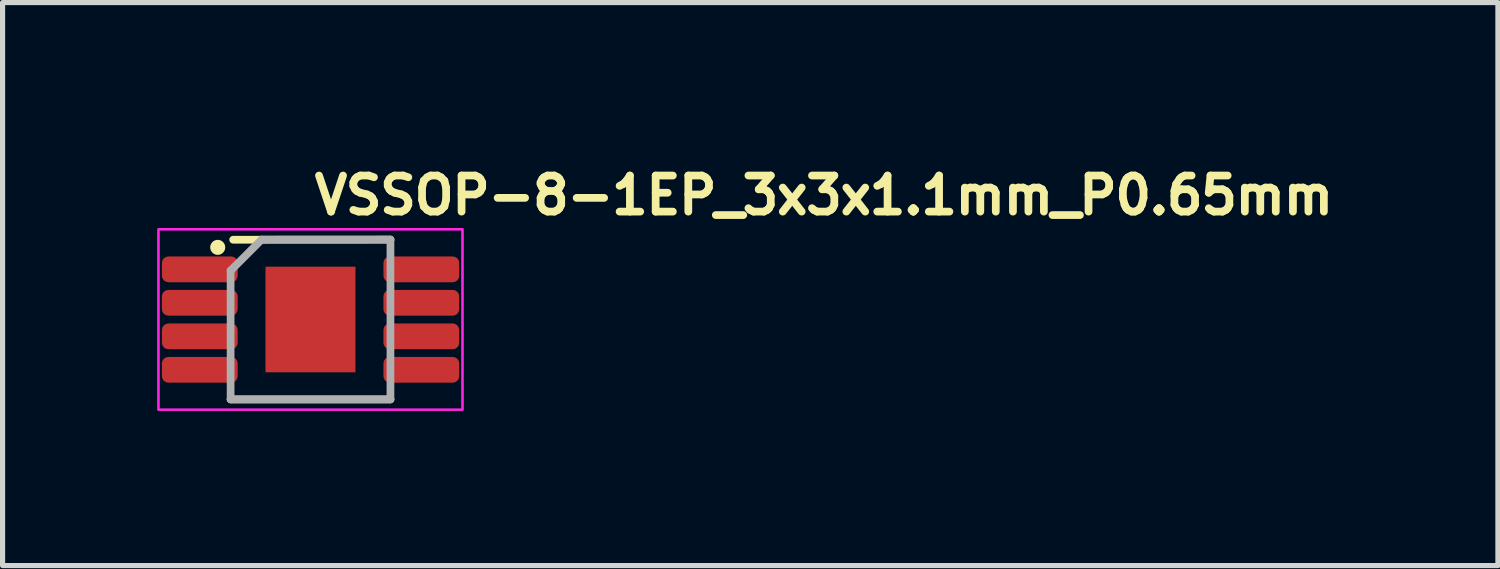
<source format=kicad_pcb>
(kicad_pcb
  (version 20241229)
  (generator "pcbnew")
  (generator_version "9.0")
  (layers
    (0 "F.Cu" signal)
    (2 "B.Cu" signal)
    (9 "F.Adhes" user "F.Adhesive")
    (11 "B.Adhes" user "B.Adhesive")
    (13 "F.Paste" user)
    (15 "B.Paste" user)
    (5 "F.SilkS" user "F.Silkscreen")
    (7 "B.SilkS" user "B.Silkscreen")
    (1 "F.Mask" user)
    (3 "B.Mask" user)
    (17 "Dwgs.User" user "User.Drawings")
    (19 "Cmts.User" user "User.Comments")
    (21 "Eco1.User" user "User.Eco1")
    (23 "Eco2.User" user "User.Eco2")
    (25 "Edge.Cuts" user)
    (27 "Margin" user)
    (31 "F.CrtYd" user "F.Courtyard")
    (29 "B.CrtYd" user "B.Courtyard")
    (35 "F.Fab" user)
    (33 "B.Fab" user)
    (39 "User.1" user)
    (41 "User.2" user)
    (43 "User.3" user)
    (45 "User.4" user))
  (footprint "VSSOP-8-1EP_3x3x1.1mm_P0.65mm"
    (layer "F.Cu")
    (at 2.975 3.15)
    (property "Reference" "VSSOP-8-1EP_3x3x1.1mm_P0.65mm" (at 0 -2 0) (layer "F.SilkS") (effects (font (size 0.7 0.7) (thickness 0.15)) (justify left bottom)))
    (attr smd)
    (fp_line (start -1.55 1.55) (end 1.552 1.55) (stroke (width 0.15) (type solid)) (layer "F.SilkS"))
    (fp_line (start -1.5 -1.548) (end 1.552 -1.55) (stroke (width 0.15) (type solid)) (layer "F.SilkS"))
    (fp_circle (center -1.8 -1.4) (end -1.75 -1.35) (stroke (width 0.15) (type solid)) (fill yes) (layer "F.SilkS"))
    (fp_poly (pts (xy -0.435 -0.511) (xy 0.436 -0.511) (xy 0.436 0.514) (xy -0.435 0.514)) (stroke (width 0.01) (type solid)) (fill yes) (layer "F.Paste"))
    (fp_rect (start -2.95 -1.75) (end 2.95 1.75) (stroke (width 0.05) (type solid)) (fill no) (layer "F.CrtYd"))
    (fp_line (start -1.55 -0.948) (end -1.55 1.55) (stroke (width 0.15) (type solid)) (layer "F.Fab"))
    (fp_line (start -1.55 -0.948) (end -0.949 -1.55) (stroke (width 0.15) (type solid)) (layer "F.Fab"))
    (fp_line (start -1.55 1.55) (end 1.552 1.55) (stroke (width 0.15) (type solid)) (layer "F.Fab"))
    (fp_line (start -0.949 -1.55) (end 1.552 -1.55) (stroke (width 0.15) (type solid)) (layer "F.Fab"))
    (fp_line (start 1.552 -1.55) (end 1.552 1.55) (stroke (width 0.15) (type solid)) (layer "F.Fab"))
    (fp_rect (start -2.449 -1.5) (end 2.451 1.502) (stroke (width 0.1) (type solid)) (fill no) (layer "User.5"))
    (fp_line (start -2.449 -0.817) (end -2.449 -1.131) (stroke (width 0.02) (type solid)) (layer "User.9"))
    (fp_line (start -2.449 -0.166) (end -2.449 -0.482) (stroke (width 0.02) (type solid)) (layer "User.9"))
    (fp_line (start -2.449 0.484) (end -2.449 0.169) (stroke (width 0.02) (type solid)) (layer "User.9"))
    (fp_line (start -2.449 1.134) (end -2.449 0.819) (stroke (width 0.02) (type solid)) (layer "User.9"))
    (fp_line (start -2.167 -1.131) (end -2.449 -1.131) (stroke (width 0.02) (type solid)) (layer "User.9"))
    (fp_line (start -2.167 -0.817) (end -2.449 -0.817) (stroke (width 0.02) (type solid)) (layer "User.9"))
    (fp_line (start -2.167 -0.482) (end -2.449 -0.482) (stroke (width 0.02) (type solid)) (layer "User.9"))
    (fp_line (start -2.167 -0.166) (end -2.449 -0.166) (stroke (width 0.02) (type solid)) (layer "User.9"))
    (fp_line (start -2.167 0.169) (end -2.449 0.169) (stroke (width 0.02) (type solid)) (layer "User.9"))
    (fp_line (start -2.167 0.484) (end -2.449 0.484) (stroke (width 0.02) (type solid)) (layer "User.9"))
    (fp_line (start -2.167 0.819) (end -2.449 0.819) (stroke (width 0.02) (type solid)) (layer "User.9"))
    (fp_line (start -2.167 1.134) (end -2.449 1.134) (stroke (width 0.02) (type solid)) (layer "User.9"))
    (fp_line (start -2.076 -1.131) (end -2.167 -1.131) (stroke (width 0.02) (type solid)) (layer "User.9"))
    (fp_line (start -2.076 -0.817) (end -2.167 -0.817) (stroke (width 0.02) (type solid)) (layer "User.9"))
    (fp_line (start -2.076 -0.482) (end -2.167 -0.482) (stroke (width 0.02) (type solid)) (layer "User.9"))
    (fp_line (start -2.076 -0.166) (end -2.167 -0.166) (stroke (width 0.02) (type solid)) (layer "User.9"))
    (fp_line (start -2.076 0.169) (end -2.167 0.169) (stroke (width 0.02) (type solid)) (layer "User.9"))
    (fp_line (start -2.076 0.484) (end -2.167 0.484) (stroke (width 0.02) (type solid)) (layer "User.9"))
    (fp_line (start -2.076 0.819) (end -2.167 0.819) (stroke (width 0.02) (type solid)) (layer "User.9"))
    (fp_line (start -2.076 1.134) (end -2.167 1.134) (stroke (width 0.02) (type solid)) (layer "User.9"))
    (fp_line (start -2.041 -1.131) (end -2.076 -1.131) (stroke (width 0.02) (type solid)) (layer "User.9"))
    (fp_line (start -2.041 -0.817) (end -2.076 -0.817) (stroke (width 0.02) (type solid)) (layer "User.9"))
    (fp_line (start -2.041 -0.482) (end -2.076 -0.482) (stroke (width 0.02) (type solid)) (layer "User.9"))
    (fp_line (start -2.041 -0.166) (end -2.076 -0.166) (stroke (width 0.02) (type solid)) (layer "User.9"))
    (fp_line (start -2.041 0.169) (end -2.076 0.169) (stroke (width 0.02) (type solid)) (layer "User.9"))
    (fp_line (start -2.041 0.484) (end -2.076 0.484) (stroke (width 0.02) (type solid)) (layer "User.9"))
    (fp_line (start -2.041 0.819) (end -2.076 0.819) (stroke (width 0.02) (type solid)) (layer "User.9"))
    (fp_line (start -2.041 1.134) (end -2.076 1.134) (stroke (width 0.02) (type solid)) (layer "User.9"))
    (fp_line (start -1.766 -1.131) (end -2.041 -1.131) (stroke (width 0.02) (type solid)) (layer "User.9"))
    (fp_line (start -1.766 -0.817) (end -2.041 -0.817) (stroke (width 0.02) (type solid)) (layer "User.9"))
    (fp_line (start -1.766 -0.482) (end -2.041 -0.482) (stroke (width 0.02) (type solid)) (layer "User.9"))
    (fp_line (start -1.766 -0.166) (end -2.041 -0.166) (stroke (width 0.02) (type solid)) (layer "User.9"))
    (fp_line (start -1.766 0.169) (end -2.041 0.169) (stroke (width 0.02) (type solid)) (layer "User.9"))
    (fp_line (start -1.766 0.484) (end -2.041 0.484) (stroke (width 0.02) (type solid)) (layer "User.9"))
    (fp_line (start -1.766 0.819) (end -2.041 0.819) (stroke (width 0.02) (type solid)) (layer "User.9"))
    (fp_line (start -1.766 1.134) (end -2.041 1.134) (stroke (width 0.02) (type solid)) (layer "User.9"))
    (fp_line (start -1.499 -1.349) (end -1.499 -1.349) (stroke (width 0.02) (type solid)) (layer "User.9"))
    (fp_line (start -1.499 -1.349) (end -1.499 1.352) (stroke (width 0.02) (type solid)) (layer "User.9"))
    (fp_line (start -1.499 -1.349) (end -1.498 -1.356) (stroke (width 0.02) (type solid)) (layer "User.9"))
    (fp_line (start -1.499 -1.131) (end -1.766 -1.131) (stroke (width 0.02) (type solid)) (layer "User.9"))
    (fp_line (start -1.499 -0.817) (end -1.766 -0.817) (stroke (width 0.02) (type solid)) (layer "User.9"))
    (fp_line (start -1.499 -0.817) (end -1.499 -1.131) (stroke (width 0.02) (type solid)) (layer "User.9"))
    (fp_line (start -1.499 -0.482) (end -1.766 -0.482) (stroke (width 0.02) (type solid)) (layer "User.9"))
    (fp_line (start -1.499 -0.166) (end -1.766 -0.166) (stroke (width 0.02) (type solid)) (layer "User.9"))
    (fp_line (start -1.499 -0.166) (end -1.499 -0.482) (stroke (width 0.02) (type solid)) (layer "User.9"))
    (fp_line (start -1.499 0.169) (end -1.766 0.169) (stroke (width 0.02) (type solid)) (layer "User.9"))
    (fp_line (start -1.499 0.484) (end -1.766 0.484) (stroke (width 0.02) (type solid)) (layer "User.9"))
    (fp_line (start -1.499 0.484) (end -1.499 0.169) (stroke (width 0.02) (type solid)) (layer "User.9"))
    (fp_line (start -1.499 0.819) (end -1.766 0.819) (stroke (width 0.02) (type solid)) (layer "User.9"))
    (fp_line (start -1.499 1.134) (end -1.766 1.134) (stroke (width 0.02) (type solid)) (layer "User.9"))
    (fp_line (start -1.499 1.134) (end -1.499 0.819) (stroke (width 0.02) (type solid)) (layer "User.9"))
    (fp_line (start -1.499 1.352) (end -1.499 1.352) (stroke (width 0.02) (type solid)) (layer "User.9"))
    (fp_line (start -1.498 -1.364) (end -1.497 -1.371) (stroke (width 0.02) (type solid)) (layer "User.9"))
    (fp_line (start -1.498 -1.356) (end -1.498 -1.364) (stroke (width 0.02) (type solid)) (layer "User.9"))
    (fp_line (start -1.498 1.358) (end -1.499 1.352) (stroke (width 0.02) (type solid)) (layer "User.9"))
    (fp_line (start -1.498 1.365) (end -1.498 1.358) (stroke (width 0.02) (type solid)) (layer "User.9"))
    (fp_line (start -1.497 -1.371) (end -1.496 -1.378) (stroke (width 0.02) (type solid)) (layer "User.9"))
    (fp_line (start -1.497 1.373) (end -1.498 1.365) (stroke (width 0.02) (type solid)) (layer "User.9"))
    (fp_line (start -1.496 -1.378) (end -1.494 -1.385) (stroke (width 0.02) (type solid)) (layer "User.9"))
    (fp_line (start -1.496 1.38) (end -1.497 1.373) (stroke (width 0.02) (type solid)) (layer "User.9"))
    (fp_line (start -1.494 -1.385) (end -1.493 -1.391) (stroke (width 0.02) (type solid)) (layer "User.9"))
    (fp_line (start -1.494 1.386) (end -1.496 1.38) (stroke (width 0.02) (type solid)) (layer "User.9"))
    (fp_line (start -1.493 -1.391) (end -1.49 -1.397) (stroke (width 0.02) (type solid)) (layer "User.9"))
    (fp_line (start -1.493 1.393) (end -1.494 1.386) (stroke (width 0.02) (type solid)) (layer "User.9"))
    (fp_line (start -1.49 -1.397) (end -1.488 -1.404) (stroke (width 0.02) (type solid)) (layer "User.9"))
    (fp_line (start -1.49 1.4) (end -1.493 1.393) (stroke (width 0.02) (type solid)) (layer "User.9"))
    (fp_line (start -1.488 -1.404) (end -1.485 -1.411) (stroke (width 0.02) (type solid)) (layer "User.9"))
    (fp_line (start -1.488 1.406) (end -1.49 1.4) (stroke (width 0.02) (type solid)) (layer "User.9"))
    (fp_line (start -1.485 -1.411) (end -1.482 -1.417) (stroke (width 0.02) (type solid)) (layer "User.9"))
    (fp_line (start -1.485 1.413) (end -1.488 1.406) (stroke (width 0.02) (type solid)) (layer "User.9"))
    (fp_line (start -1.482 -1.417) (end -1.478 -1.424) (stroke (width 0.02) (type solid)) (layer "User.9"))
    (fp_line (start -1.482 1.42) (end -1.485 1.413) (stroke (width 0.02) (type solid)) (layer "User.9"))
    (fp_line (start -1.478 -1.424) (end -1.474 -1.431) (stroke (width 0.02) (type solid)) (layer "User.9"))
    (fp_line (start -1.478 1.425) (end -1.482 1.42) (stroke (width 0.02) (type solid)) (layer "User.9"))
    (fp_line (start -1.474 -1.431) (end -1.47 -1.437) (stroke (width 0.02) (type solid)) (layer "User.9"))
    (fp_line (start -1.474 1.433) (end -1.478 1.425) (stroke (width 0.02) (type solid)) (layer "User.9"))
    (fp_line (start -1.47 -1.437) (end -1.465 -1.443) (stroke (width 0.02) (type solid)) (layer "User.9"))
    (fp_line (start -1.47 1.438) (end -1.474 1.433) (stroke (width 0.02) (type solid)) (layer "User.9"))
    (fp_line (start -1.465 -1.443) (end -1.46 -1.449) (stroke (width 0.02) (type solid)) (layer "User.9"))
    (fp_line (start -1.465 1.445) (end -1.47 1.438) (stroke (width 0.02) (type solid)) (layer "User.9"))
    (fp_line (start -1.46 -1.449) (end -1.455 -1.455) (stroke (width 0.02) (type solid)) (layer "User.9"))
    (fp_line (start -1.46 1.45) (end -1.465 1.445) (stroke (width 0.02) (type solid)) (layer "User.9"))
    (fp_line (start -1.455 -1.455) (end -1.455 -1.455) (stroke (width 0.02) (type solid)) (layer "User.9"))
    (fp_line (start -1.455 -1.455) (end -1.448 -1.46) (stroke (width 0.02) (type solid)) (layer "User.9"))
    (fp_line (start -1.455 1.457) (end -1.46 1.45) (stroke (width 0.02) (type solid)) (layer "User.9"))
    (fp_line (start -1.455 1.457) (end -1.455 1.457) (stroke (width 0.02) (type solid)) (layer "User.9"))
    (fp_line (start -1.448 -1.46) (end -1.443 -1.465) (stroke (width 0.02) (type solid)) (layer "User.9"))
    (fp_line (start -1.448 1.462) (end -1.455 1.457) (stroke (width 0.02) (type solid)) (layer "User.9"))
    (fp_line (start -1.443 -1.465) (end -1.437 -1.47) (stroke (width 0.02) (type solid)) (layer "User.9"))
    (fp_line (start -1.443 1.467) (end -1.448 1.462) (stroke (width 0.02) (type solid)) (layer "User.9"))
    (fp_line (start -1.437 -1.47) (end -1.431 -1.474) (stroke (width 0.02) (type solid)) (layer "User.9"))
    (fp_line (start -1.437 1.473) (end -1.443 1.467) (stroke (width 0.02) (type solid)) (layer "User.9"))
    (fp_line (start -1.431 -1.474) (end -1.424 -1.478) (stroke (width 0.02) (type solid)) (layer "User.9"))
    (fp_line (start -1.431 1.477) (end -1.437 1.473) (stroke (width 0.02) (type solid)) (layer "User.9"))
    (fp_line (start -1.424 -1.478) (end -1.418 -1.482) (stroke (width 0.02) (type solid)) (layer "User.9"))
    (fp_line (start -1.424 1.481) (end -1.431 1.477) (stroke (width 0.02) (type solid)) (layer "User.9"))
    (fp_line (start -1.418 -1.482) (end -1.412 -1.485) (stroke (width 0.02) (type solid)) (layer "User.9"))
    (fp_line (start -1.418 1.485) (end -1.424 1.481) (stroke (width 0.02) (type solid)) (layer "User.9"))
    (fp_line (start -1.412 -1.485) (end -1.405 -1.489) (stroke (width 0.02) (type solid)) (layer "User.9"))
    (fp_line (start -1.412 1.487) (end -1.418 1.485) (stroke (width 0.02) (type solid)) (layer "User.9"))
    (fp_line (start -1.405 -1.489) (end -1.398 -1.491) (stroke (width 0.02) (type solid)) (layer "User.9"))
    (fp_line (start -1.405 1.49) (end -1.412 1.487) (stroke (width 0.02) (type solid)) (layer "User.9"))
    (fp_line (start -1.398 -1.491) (end -1.392 -1.494) (stroke (width 0.02) (type solid)) (layer "User.9"))
    (fp_line (start -1.398 1.493) (end -1.405 1.49) (stroke (width 0.02) (type solid)) (layer "User.9"))
    (fp_line (start -1.392 -1.494) (end -1.385 -1.495) (stroke (width 0.02) (type solid)) (layer "User.9"))
    (fp_line (start -1.392 1.495) (end -1.398 1.493) (stroke (width 0.02) (type solid)) (layer "User.9"))
    (fp_line (start -1.385 -1.495) (end -1.377 -1.497) (stroke (width 0.02) (type solid)) (layer "User.9"))
    (fp_line (start -1.385 1.497) (end -1.392 1.495) (stroke (width 0.02) (type solid)) (layer "User.9"))
    (fp_line (start -1.377 -1.497) (end -1.37 -1.498) (stroke (width 0.02) (type solid)) (layer "User.9"))
    (fp_line (start -1.377 1.498) (end -1.385 1.497) (stroke (width 0.02) (type solid)) (layer "User.9"))
    (fp_line (start -1.37 -1.498) (end -1.363 -1.499) (stroke (width 0.02) (type solid)) (layer "User.9"))
    (fp_line (start -1.37 1.499) (end -1.377 1.498) (stroke (width 0.02) (type solid)) (layer "User.9"))
    (fp_line (start -1.363 -1.499) (end -1.356 -1.499) (stroke (width 0.02) (type solid)) (layer "User.9"))
    (fp_line (start -1.363 1.501) (end -1.37 1.499) (stroke (width 0.02) (type solid)) (layer "User.9"))
    (fp_line (start -1.356 -1.499) (end -1.349 -1.5) (stroke (width 0.02) (type solid)) (layer "User.9"))
    (fp_line (start -1.356 1.501) (end -1.363 1.501) (stroke (width 0.02) (type solid)) (layer "User.9"))
    (fp_line (start -1.349 -1.5) (end -1.349 -1.5) (stroke (width 0.02) (type solid)) (layer "User.9"))
    (fp_line (start -1.349 1.502) (end -1.356 1.501) (stroke (width 0.02) (type solid)) (layer "User.9"))
    (fp_line (start -1.349 1.502) (end -1.349 1.502) (stroke (width 0.02) (type solid)) (layer "User.9"))
    (fp_line (start -1.349 1.502) (end 1.351 1.502) (stroke (width 0.02) (type solid)) (layer "User.9"))
    (fp_line (start -1.124 -1.011) (end -1.124 -1.008) (stroke (width 0.02) (type solid)) (layer "User.9"))
    (fp_line (start -1.124 -1.011) (end -1.124 -1.008) (stroke (width 0.02) (type solid)) (layer "User.9"))
    (fp_line (start -1.124 -1.008) (end -1.124 -1.003) (stroke (width 0.02) (type solid)) (layer "User.9"))
    (fp_line (start -1.124 -1.008) (end -1.124 -1.003) (stroke (width 0.02) (type solid)) (layer "User.9"))
    (fp_line (start -1.124 -1.003) (end -1.124 -1) (stroke (width 0.02) (type solid)) (layer "User.9"))
    (fp_line (start -1.124 -1.003) (end -1.124 -1) (stroke (width 0.02) (type solid)) (layer "User.9"))
    (fp_line (start -1.124 -1) (end -1.124 -0.991) (stroke (width 0.02) (type solid)) (layer "User.9"))
    (fp_line (start -1.124 -1) (end -1.124 -0.991) (stroke (width 0.02) (type solid)) (layer "User.9"))
    (fp_line (start -1.124 -0.991) (end -1.122 -0.983) (stroke (width 0.02) (type solid)) (layer "User.9"))
    (fp_line (start -1.124 -0.991) (end -1.122 -0.983) (stroke (width 0.02) (type solid)) (layer "User.9"))
    (fp_line (start -1.122 -1.024) (end -1.122 -1.019) (stroke (width 0.02) (type solid)) (layer "User.9"))
    (fp_line (start -1.122 -1.024) (end -1.122 -1.019) (stroke (width 0.02) (type solid)) (layer "User.9"))
    (fp_line (start -1.122 -1.019) (end -1.122 -1.016) (stroke (width 0.02) (type solid)) (layer "User.9"))
    (fp_line (start -1.122 -1.019) (end -1.122 -1.016) (stroke (width 0.02) (type solid)) (layer "User.9"))
    (fp_line (start -1.122 -1.016) (end -1.124 -1.011) (stroke (width 0.02) (type solid)) (layer "User.9"))
    (fp_line (start -1.122 -1.016) (end -1.124 -1.011) (stroke (width 0.02) (type solid)) (layer "User.9"))
    (fp_line (start -1.122 -0.983) (end -1.122 -0.974) (stroke (width 0.02) (type solid)) (layer "User.9"))
    (fp_line (start -1.122 -0.983) (end -1.122 -0.974) (stroke (width 0.02) (type solid)) (layer "User.9"))
    (fp_line (start -1.122 -0.974) (end -1.12 -0.966) (stroke (width 0.02) (type solid)) (layer "User.9"))
    (fp_line (start -1.122 -0.974) (end -1.12 -0.966) (stroke (width 0.02) (type solid)) (layer "User.9"))
    (fp_line (start -1.12 -1.032) (end -1.12 -1.027) (stroke (width 0.02) (type solid)) (layer "User.9"))
    (fp_line (start -1.12 -1.032) (end -1.12 -1.027) (stroke (width 0.02) (type solid)) (layer "User.9"))
    (fp_line (start -1.12 -1.027) (end -1.122 -1.024) (stroke (width 0.02) (type solid)) (layer "User.9"))
    (fp_line (start -1.12 -1.027) (end -1.122 -1.024) (stroke (width 0.02) (type solid)) (layer "User.9"))
    (fp_line (start -1.12 -0.966) (end -1.118 -0.959) (stroke (width 0.02) (type solid)) (layer "User.9"))
    (fp_line (start -1.12 -0.966) (end -1.118 -0.959) (stroke (width 0.02) (type solid)) (layer "User.9"))
    (fp_line (start -1.118 -1.04) (end -1.118 -1.035) (stroke (width 0.02) (type solid)) (layer "User.9"))
    (fp_line (start -1.118 -1.04) (end -1.118 -1.035) (stroke (width 0.02) (type solid)) (layer "User.9"))
    (fp_line (start -1.118 -1.035) (end -1.12 -1.032) (stroke (width 0.02) (type solid)) (layer "User.9"))
    (fp_line (start -1.118 -1.035) (end -1.12 -1.032) (stroke (width 0.02) (type solid)) (layer "User.9"))
    (fp_line (start -1.118 -0.959) (end -1.114 -0.952) (stroke (width 0.02) (type solid)) (layer "User.9"))
    (fp_line (start -1.118 -0.959) (end -1.114 -0.952) (stroke (width 0.02) (type solid)) (layer "User.9"))
    (fp_line (start -1.116 -1.044) (end -1.118 -1.04) (stroke (width 0.02) (type solid)) (layer "User.9"))
    (fp_line (start -1.116 -1.044) (end -1.118 -1.04) (stroke (width 0.02) (type solid)) (layer "User.9"))
    (fp_line (start -1.114 -1.046) (end -1.116 -1.044) (stroke (width 0.02) (type solid)) (layer "User.9"))
    (fp_line (start -1.114 -1.046) (end -1.116 -1.044) (stroke (width 0.02) (type solid)) (layer "User.9"))
    (fp_line (start -1.114 -0.952) (end -1.112 -0.944) (stroke (width 0.02) (type solid)) (layer "User.9"))
    (fp_line (start -1.114 -0.952) (end -1.112 -0.944) (stroke (width 0.02) (type solid)) (layer "User.9"))
    (fp_line (start -1.112 -1.055) (end -1.112 -1.05) (stroke (width 0.02) (type solid)) (layer "User.9"))
    (fp_line (start -1.112 -1.055) (end -1.112 -1.05) (stroke (width 0.02) (type solid)) (layer "User.9"))
    (fp_line (start -1.112 -1.05) (end -1.114 -1.046) (stroke (width 0.02) (type solid)) (layer "User.9"))
    (fp_line (start -1.112 -1.05) (end -1.114 -1.046) (stroke (width 0.02) (type solid)) (layer "User.9"))
    (fp_line (start -1.112 -0.944) (end -1.108 -0.937) (stroke (width 0.02) (type solid)) (layer "User.9"))
    (fp_line (start -1.112 -0.944) (end -1.108 -0.937) (stroke (width 0.02) (type solid)) (layer "User.9"))
    (fp_line (start -1.11 -1.058) (end -1.112 -1.055) (stroke (width 0.02) (type solid)) (layer "User.9"))
    (fp_line (start -1.11 -1.058) (end -1.112 -1.055) (stroke (width 0.02) (type solid)) (layer "User.9"))
    (fp_line (start -1.108 -1.061) (end -1.11 -1.058) (stroke (width 0.02) (type solid)) (layer "User.9"))
    (fp_line (start -1.108 -1.061) (end -1.11 -1.058) (stroke (width 0.02) (type solid)) (layer "User.9"))
    (fp_line (start -1.108 -0.937) (end -1.102 -0.93) (stroke (width 0.02) (type solid)) (layer "User.9"))
    (fp_line (start -1.108 -0.937) (end -1.102 -0.93) (stroke (width 0.02) (type solid)) (layer "User.9"))
    (fp_line (start -1.106 -1.064) (end -1.108 -1.061) (stroke (width 0.02) (type solid)) (layer "User.9"))
    (fp_line (start -1.106 -1.064) (end -1.108 -1.061) (stroke (width 0.02) (type solid)) (layer "User.9"))
    (fp_line (start -1.102 -1.068) (end -1.106 -1.064) (stroke (width 0.02) (type solid)) (layer "User.9"))
    (fp_line (start -1.102 -1.068) (end -1.106 -1.064) (stroke (width 0.02) (type solid)) (layer "User.9"))
    (fp_line (start -1.102 -0.93) (end -1.098 -0.923) (stroke (width 0.02) (type solid)) (layer "User.9"))
    (fp_line (start -1.102 -0.93) (end -1.098 -0.923) (stroke (width 0.02) (type solid)) (layer "User.9"))
    (fp_line (start -1.1 -1.072) (end -1.102 -1.068) (stroke (width 0.02) (type solid)) (layer "User.9"))
    (fp_line (start -1.1 -1.072) (end -1.102 -1.068) (stroke (width 0.02) (type solid)) (layer "User.9"))
    (fp_line (start -1.098 -1.075) (end -1.1 -1.072) (stroke (width 0.02) (type solid)) (layer "User.9"))
    (fp_line (start -1.098 -1.075) (end -1.1 -1.072) (stroke (width 0.02) (type solid)) (layer "User.9"))
    (fp_line (start -1.098 -0.923) (end -1.094 -0.916) (stroke (width 0.02) (type solid)) (layer "User.9"))
    (fp_line (start -1.098 -0.923) (end -1.094 -0.916) (stroke (width 0.02) (type solid)) (layer "User.9"))
    (fp_line (start -1.096 -1.078) (end -1.098 -1.075) (stroke (width 0.02) (type solid)) (layer "User.9"))
    (fp_line (start -1.096 -1.078) (end -1.098 -1.075) (stroke (width 0.02) (type solid)) (layer "User.9"))
    (fp_line (start -1.094 -1.081) (end -1.096 -1.078) (stroke (width 0.02) (type solid)) (layer "User.9"))
    (fp_line (start -1.094 -1.081) (end -1.096 -1.078) (stroke (width 0.02) (type solid)) (layer "User.9"))
    (fp_line (start -1.094 -0.916) (end -1.088 -0.911) (stroke (width 0.02) (type solid)) (layer "User.9"))
    (fp_line (start -1.094 -0.916) (end -1.088 -0.911) (stroke (width 0.02) (type solid)) (layer "User.9"))
    (fp_line (start -1.09 -1.084) (end -1.094 -1.081) (stroke (width 0.02) (type solid)) (layer "User.9"))
    (fp_line (start -1.09 -1.084) (end -1.094 -1.081) (stroke (width 0.02) (type solid)) (layer "User.9"))
    (fp_line (start -1.088 -1.088) (end -1.09 -1.084) (stroke (width 0.02) (type solid)) (layer "User.9"))
    (fp_line (start -1.088 -1.088) (end -1.09 -1.084) (stroke (width 0.02) (type solid)) (layer "User.9"))
    (fp_line (start -1.088 -0.911) (end -1.082 -0.905) (stroke (width 0.02) (type solid)) (layer "User.9"))
    (fp_line (start -1.088 -0.911) (end -1.082 -0.905) (stroke (width 0.02) (type solid)) (layer "User.9"))
    (fp_line (start -1.084 -1.091) (end -1.088 -1.088) (stroke (width 0.02) (type solid)) (layer "User.9"))
    (fp_line (start -1.084 -1.091) (end -1.088 -1.088) (stroke (width 0.02) (type solid)) (layer "User.9"))
    (fp_line (start -1.082 -1.093) (end -1.084 -1.091) (stroke (width 0.02) (type solid)) (layer "User.9"))
    (fp_line (start -1.082 -1.093) (end -1.084 -1.091) (stroke (width 0.02) (type solid)) (layer "User.9"))
    (fp_line (start -1.082 -0.905) (end -1.076 -0.9) (stroke (width 0.02) (type solid)) (layer "User.9"))
    (fp_line (start -1.082 -0.905) (end -1.076 -0.9) (stroke (width 0.02) (type solid)) (layer "User.9"))
    (fp_line (start -1.078 -1.095) (end -1.082 -1.093) (stroke (width 0.02) (type solid)) (layer "User.9"))
    (fp_line (start -1.078 -1.095) (end -1.082 -1.093) (stroke (width 0.02) (type solid)) (layer "User.9"))
    (fp_line (start -1.076 -1.098) (end -1.078 -1.095) (stroke (width 0.02) (type solid)) (layer "User.9"))
    (fp_line (start -1.076 -1.098) (end -1.078 -1.095) (stroke (width 0.02) (type solid)) (layer "User.9"))
    (fp_line (start -1.076 -0.9) (end -1.068 -0.896) (stroke (width 0.02) (type solid)) (layer "User.9"))
    (fp_line (start -1.076 -0.9) (end -1.068 -0.896) (stroke (width 0.02) (type solid)) (layer "User.9"))
    (fp_line (start -1.072 -1.1) (end -1.076 -1.098) (stroke (width 0.02) (type solid)) (layer "User.9"))
    (fp_line (start -1.072 -1.1) (end -1.076 -1.098) (stroke (width 0.02) (type solid)) (layer "User.9"))
    (fp_line (start -1.068 -1.103) (end -1.072 -1.1) (stroke (width 0.02) (type solid)) (layer "User.9"))
    (fp_line (start -1.068 -1.103) (end -1.072 -1.1) (stroke (width 0.02) (type solid)) (layer "User.9"))
    (fp_line (start -1.068 -0.896) (end -1.062 -0.89) (stroke (width 0.02) (type solid)) (layer "User.9"))
    (fp_line (start -1.068 -0.896) (end -1.062 -0.89) (stroke (width 0.02) (type solid)) (layer "User.9"))
    (fp_line (start -1.066 -1.106) (end -1.068 -1.103) (stroke (width 0.02) (type solid)) (layer "User.9"))
    (fp_line (start -1.066 -1.106) (end -1.068 -1.103) (stroke (width 0.02) (type solid)) (layer "User.9"))
    (fp_line (start -1.062 -1.108) (end -1.066 -1.106) (stroke (width 0.02) (type solid)) (layer "User.9"))
    (fp_line (start -1.062 -1.108) (end -1.066 -1.106) (stroke (width 0.02) (type solid)) (layer "User.9"))
    (fp_line (start -1.062 -1.108) (end -1.062 -1.108) (stroke (width 0.02) (type solid)) (layer "User.9"))
    (fp_line (start -1.062 -1.108) (end -1.062 -1.108) (stroke (width 0.02) (type solid)) (layer "User.9"))
    (fp_line (start -1.062 -0.89) (end -1.062 -0.89) (stroke (width 0.02) (type solid)) (layer "User.9"))
    (fp_line (start -1.062 -0.89) (end -1.062 -0.89) (stroke (width 0.02) (type solid)) (layer "User.9"))
    (fp_line (start -1.062 -0.89) (end -1.054 -0.886) (stroke (width 0.02) (type solid)) (layer "User.9"))
    (fp_line (start -1.062 -0.89) (end -1.054 -0.886) (stroke (width 0.02) (type solid)) (layer "User.9"))
    (fp_line (start -1.054 -1.112) (end -1.062 -1.108) (stroke (width 0.02) (type solid)) (layer "User.9"))
    (fp_line (start -1.054 -1.112) (end -1.062 -1.108) (stroke (width 0.02) (type solid)) (layer "User.9"))
    (fp_line (start -1.054 -0.886) (end -1.046 -0.884) (stroke (width 0.02) (type solid)) (layer "User.9"))
    (fp_line (start -1.054 -0.886) (end -1.046 -0.884) (stroke (width 0.02) (type solid)) (layer "User.9"))
    (fp_line (start -1.046 -1.115) (end -1.054 -1.112) (stroke (width 0.02) (type solid)) (layer "User.9"))
    (fp_line (start -1.046 -1.115) (end -1.054 -1.112) (stroke (width 0.02) (type solid)) (layer "User.9"))
    (fp_line (start -1.046 -0.884) (end -1.038 -0.881) (stroke (width 0.02) (type solid)) (layer "User.9"))
    (fp_line (start -1.046 -0.884) (end -1.038 -0.881) (stroke (width 0.02) (type solid)) (layer "User.9"))
    (fp_line (start -1.038 -1.118) (end -1.046 -1.115) (stroke (width 0.02) (type solid)) (layer "User.9"))
    (fp_line (start -1.038 -1.118) (end -1.046 -1.115) (stroke (width 0.02) (type solid)) (layer "User.9"))
    (fp_line (start -1.038 -0.881) (end -1.032 -0.879) (stroke (width 0.02) (type solid)) (layer "User.9"))
    (fp_line (start -1.038 -0.881) (end -1.032 -0.879) (stroke (width 0.02) (type solid)) (layer "User.9"))
    (fp_line (start -1.032 -1.119) (end -1.038 -1.118) (stroke (width 0.02) (type solid)) (layer "User.9"))
    (fp_line (start -1.032 -1.119) (end -1.038 -1.118) (stroke (width 0.02) (type solid)) (layer "User.9"))
    (fp_line (start -1.032 -0.879) (end -1.024 -0.876) (stroke (width 0.02) (type solid)) (layer "User.9"))
    (fp_line (start -1.032 -0.879) (end -1.024 -0.876) (stroke (width 0.02) (type solid)) (layer "User.9"))
    (fp_line (start -1.024 -1.121) (end -1.032 -1.119) (stroke (width 0.02) (type solid)) (layer "User.9"))
    (fp_line (start -1.024 -1.121) (end -1.032 -1.119) (stroke (width 0.02) (type solid)) (layer "User.9"))
    (fp_line (start -1.024 -0.876) (end -1.016 -0.875) (stroke (width 0.02) (type solid)) (layer "User.9"))
    (fp_line (start -1.024 -0.876) (end -1.016 -0.875) (stroke (width 0.02) (type solid)) (layer "User.9"))
    (fp_line (start -1.016 -1.122) (end -1.024 -1.121) (stroke (width 0.02) (type solid)) (layer "User.9"))
    (fp_line (start -1.016 -1.122) (end -1.024 -1.121) (stroke (width 0.02) (type solid)) (layer "User.9"))
    (fp_line (start -1.016 -0.875) (end -1.008 -0.874) (stroke (width 0.02) (type solid)) (layer "User.9"))
    (fp_line (start -1.016 -0.875) (end -1.008 -0.874) (stroke (width 0.02) (type solid)) (layer "User.9"))
    (fp_line (start -1.008 -1.123) (end -1.016 -1.122) (stroke (width 0.02) (type solid)) (layer "User.9"))
    (fp_line (start -1.008 -1.123) (end -1.016 -1.122) (stroke (width 0.02) (type solid)) (layer "User.9"))
    (fp_line (start -1.008 -0.874) (end -1 -0.874) (stroke (width 0.02) (type solid)) (layer "User.9"))
    (fp_line (start -1.008 -0.874) (end -1 -0.874) (stroke (width 0.02) (type solid)) (layer "User.9"))
    (fp_line (start -1 -1.124) (end -1.008 -1.123) (stroke (width 0.02) (type solid)) (layer "User.9"))
    (fp_line (start -1 -1.124) (end -1.008 -1.123) (stroke (width 0.02) (type solid)) (layer "User.9"))
    (fp_line (start -1 -0.874) (end -0.991 -0.874) (stroke (width 0.02) (type solid)) (layer "User.9"))
    (fp_line (start -1 -0.874) (end -0.991 -0.874) (stroke (width 0.02) (type solid)) (layer "User.9"))
    (fp_line (start -0.991 -1.123) (end -1 -1.124) (stroke (width 0.02) (type solid)) (layer "User.9"))
    (fp_line (start -0.991 -1.123) (end -1 -1.124) (stroke (width 0.02) (type solid)) (layer "User.9"))
    (fp_line (start -0.991 -0.874) (end -0.983 -0.875) (stroke (width 0.02) (type solid)) (layer "User.9"))
    (fp_line (start -0.991 -0.874) (end -0.983 -0.875) (stroke (width 0.02) (type solid)) (layer "User.9"))
    (fp_line (start -0.983 -1.122) (end -0.991 -1.123) (stroke (width 0.02) (type solid)) (layer "User.9"))
    (fp_line (start -0.983 -1.122) (end -0.991 -1.123) (stroke (width 0.02) (type solid)) (layer "User.9"))
    (fp_line (start -0.983 -0.875) (end -0.975 -0.876) (stroke (width 0.02) (type solid)) (layer "User.9"))
    (fp_line (start -0.983 -0.875) (end -0.975 -0.876) (stroke (width 0.02) (type solid)) (layer "User.9"))
    (fp_line (start -0.975 -1.121) (end -0.983 -1.122) (stroke (width 0.02) (type solid)) (layer "User.9"))
    (fp_line (start -0.975 -1.121) (end -0.983 -1.122) (stroke (width 0.02) (type solid)) (layer "User.9"))
    (fp_line (start -0.975 -0.876) (end -0.967 -0.879) (stroke (width 0.02) (type solid)) (layer "User.9"))
    (fp_line (start -0.975 -0.876) (end -0.967 -0.879) (stroke (width 0.02) (type solid)) (layer "User.9"))
    (fp_line (start -0.967 -1.119) (end -0.975 -1.121) (stroke (width 0.02) (type solid)) (layer "User.9"))
    (fp_line (start -0.967 -1.119) (end -0.975 -1.121) (stroke (width 0.02) (type solid)) (layer "User.9"))
    (fp_line (start -0.967 -0.879) (end -0.959 -0.881) (stroke (width 0.02) (type solid)) (layer "User.9"))
    (fp_line (start -0.967 -0.879) (end -0.959 -0.881) (stroke (width 0.02) (type solid)) (layer "User.9"))
    (fp_line (start -0.959 -1.118) (end -0.967 -1.119) (stroke (width 0.02) (type solid)) (layer "User.9"))
    (fp_line (start -0.959 -1.118) (end -0.967 -1.119) (stroke (width 0.02) (type solid)) (layer "User.9"))
    (fp_line (start -0.959 -0.881) (end -0.951 -0.884) (stroke (width 0.02) (type solid)) (layer "User.9"))
    (fp_line (start -0.959 -0.881) (end -0.951 -0.884) (stroke (width 0.02) (type solid)) (layer "User.9"))
    (fp_line (start -0.951 -1.115) (end -0.959 -1.118) (stroke (width 0.02) (type solid)) (layer "User.9"))
    (fp_line (start -0.951 -1.115) (end -0.959 -1.118) (stroke (width 0.02) (type solid)) (layer "User.9"))
    (fp_line (start -0.951 -0.884) (end -0.943 -0.886) (stroke (width 0.02) (type solid)) (layer "User.9"))
    (fp_line (start -0.951 -0.884) (end -0.943 -0.886) (stroke (width 0.02) (type solid)) (layer "User.9"))
    (fp_line (start -0.943 -1.112) (end -0.951 -1.115) (stroke (width 0.02) (type solid)) (layer "User.9"))
    (fp_line (start -0.943 -1.112) (end -0.951 -1.115) (stroke (width 0.02) (type solid)) (layer "User.9"))
    (fp_line (start -0.943 -0.886) (end -0.937 -0.89) (stroke (width 0.02) (type solid)) (layer "User.9"))
    (fp_line (start -0.943 -0.886) (end -0.937 -0.89) (stroke (width 0.02) (type solid)) (layer "User.9"))
    (fp_line (start -0.937 -1.108) (end -0.943 -1.112) (stroke (width 0.02) (type solid)) (layer "User.9"))
    (fp_line (start -0.937 -1.108) (end -0.943 -1.112) (stroke (width 0.02) (type solid)) (layer "User.9"))
    (fp_line (start -0.937 -1.108) (end -0.937 -1.108) (stroke (width 0.02) (type solid)) (layer "User.9"))
    (fp_line (start -0.937 -1.108) (end -0.937 -1.108) (stroke (width 0.02) (type solid)) (layer "User.9"))
    (fp_line (start -0.937 -0.89) (end -0.937 -0.89) (stroke (width 0.02) (type solid)) (layer "User.9"))
    (fp_line (start -0.937 -0.89) (end -0.937 -0.89) (stroke (width 0.02) (type solid)) (layer "User.9"))
    (fp_line (start -0.937 -0.89) (end -0.933 -0.892) (stroke (width 0.02) (type solid)) (layer "User.9"))
    (fp_line (start -0.937 -0.89) (end -0.933 -0.892) (stroke (width 0.02) (type solid)) (layer "User.9"))
    (fp_line (start -0.933 -0.892) (end -0.929 -0.896) (stroke (width 0.02) (type solid)) (layer "User.9"))
    (fp_line (start -0.933 -0.892) (end -0.929 -0.896) (stroke (width 0.02) (type solid)) (layer "User.9"))
    (fp_line (start -0.929 -1.103) (end -0.937 -1.108) (stroke (width 0.02) (type solid)) (layer "User.9"))
    (fp_line (start -0.929 -1.103) (end -0.937 -1.108) (stroke (width 0.02) (type solid)) (layer "User.9"))
    (fp_line (start -0.929 -0.896) (end -0.927 -0.898) (stroke (width 0.02) (type solid)) (layer "User.9"))
    (fp_line (start -0.929 -0.896) (end -0.927 -0.898) (stroke (width 0.02) (type solid)) (layer "User.9"))
    (fp_line (start -0.927 -0.898) (end -0.923 -0.9) (stroke (width 0.02) (type solid)) (layer "User.9"))
    (fp_line (start -0.927 -0.898) (end -0.923 -0.9) (stroke (width 0.02) (type solid)) (layer "User.9"))
    (fp_line (start -0.923 -1.098) (end -0.929 -1.103) (stroke (width 0.02) (type solid)) (layer "User.9"))
    (fp_line (start -0.923 -1.098) (end -0.929 -1.103) (stroke (width 0.02) (type solid)) (layer "User.9"))
    (fp_line (start -0.923 -0.9) (end -0.919 -0.902) (stroke (width 0.02) (type solid)) (layer "User.9"))
    (fp_line (start -0.923 -0.9) (end -0.919 -0.902) (stroke (width 0.02) (type solid)) (layer "User.9"))
    (fp_line (start -0.919 -0.902) (end -0.917 -0.905) (stroke (width 0.02) (type solid)) (layer "User.9"))
    (fp_line (start -0.919 -0.902) (end -0.917 -0.905) (stroke (width 0.02) (type solid)) (layer "User.9"))
    (fp_line (start -0.917 -1.093) (end -0.923 -1.098) (stroke (width 0.02) (type solid)) (layer "User.9"))
    (fp_line (start -0.917 -1.093) (end -0.923 -1.098) (stroke (width 0.02) (type solid)) (layer "User.9"))
    (fp_line (start -0.917 -0.905) (end -0.913 -0.907) (stroke (width 0.02) (type solid)) (layer "User.9"))
    (fp_line (start -0.917 -0.905) (end -0.913 -0.907) (stroke (width 0.02) (type solid)) (layer "User.9"))
    (fp_line (start -0.913 -0.907) (end -0.911 -0.911) (stroke (width 0.02) (type solid)) (layer "User.9"))
    (fp_line (start -0.913 -0.907) (end -0.911 -0.911) (stroke (width 0.02) (type solid)) (layer "User.9"))
    (fp_line (start -0.911 -1.088) (end -0.917 -1.093) (stroke (width 0.02) (type solid)) (layer "User.9"))
    (fp_line (start -0.911 -1.088) (end -0.917 -1.093) (stroke (width 0.02) (type solid)) (layer "User.9"))
    (fp_line (start -0.911 -0.911) (end -0.907 -0.914) (stroke (width 0.02) (type solid)) (layer "User.9"))
    (fp_line (start -0.911 -0.911) (end -0.907 -0.914) (stroke (width 0.02) (type solid)) (layer "User.9"))
    (fp_line (start -0.907 -0.914) (end -0.905 -0.916) (stroke (width 0.02) (type solid)) (layer "User.9"))
    (fp_line (start -0.907 -0.914) (end -0.905 -0.916) (stroke (width 0.02) (type solid)) (layer "User.9"))
    (fp_line (start -0.905 -1.081) (end -0.911 -1.088) (stroke (width 0.02) (type solid)) (layer "User.9"))
    (fp_line (start -0.905 -1.081) (end -0.911 -1.088) (stroke (width 0.02) (type solid)) (layer "User.9"))
    (fp_line (start -0.905 -0.916) (end -0.903 -0.92) (stroke (width 0.02) (type solid)) (layer "User.9"))
    (fp_line (start -0.905 -0.916) (end -0.903 -0.92) (stroke (width 0.02) (type solid)) (layer "User.9"))
    (fp_line (start -0.903 -0.92) (end -0.899 -0.923) (stroke (width 0.02) (type solid)) (layer "User.9"))
    (fp_line (start -0.903 -0.92) (end -0.899 -0.923) (stroke (width 0.02) (type solid)) (layer "User.9"))
    (fp_line (start -0.899 -1.075) (end -0.905 -1.081) (stroke (width 0.02) (type solid)) (layer "User.9"))
    (fp_line (start -0.899 -1.075) (end -0.905 -1.081) (stroke (width 0.02) (type solid)) (layer "User.9"))
    (fp_line (start -0.899 -0.923) (end -0.897 -0.927) (stroke (width 0.02) (type solid)) (layer "User.9"))
    (fp_line (start -0.899 -0.923) (end -0.897 -0.927) (stroke (width 0.02) (type solid)) (layer "User.9"))
    (fp_line (start -0.897 -0.927) (end -0.895 -0.93) (stroke (width 0.02) (type solid)) (layer "User.9"))
    (fp_line (start -0.897 -0.927) (end -0.895 -0.93) (stroke (width 0.02) (type solid)) (layer "User.9"))
    (fp_line (start -0.895 -1.068) (end -0.899 -1.075) (stroke (width 0.02) (type solid)) (layer "User.9"))
    (fp_line (start -0.895 -1.068) (end -0.899 -1.075) (stroke (width 0.02) (type solid)) (layer "User.9"))
    (fp_line (start -0.895 -0.93) (end -0.893 -0.933) (stroke (width 0.02) (type solid)) (layer "User.9"))
    (fp_line (start -0.895 -0.93) (end -0.893 -0.933) (stroke (width 0.02) (type solid)) (layer "User.9"))
    (fp_line (start -0.893 -0.933) (end -0.891 -0.937) (stroke (width 0.02) (type solid)) (layer "User.9"))
    (fp_line (start -0.893 -0.933) (end -0.891 -0.937) (stroke (width 0.02) (type solid)) (layer "User.9"))
    (fp_line (start -0.891 -1.061) (end -0.895 -1.068) (stroke (width 0.02) (type solid)) (layer "User.9"))
    (fp_line (start -0.891 -1.061) (end -0.895 -1.068) (stroke (width 0.02) (type solid)) (layer "User.9"))
    (fp_line (start -0.891 -0.937) (end -0.889 -0.94) (stroke (width 0.02) (type solid)) (layer "User.9"))
    (fp_line (start -0.891 -0.937) (end -0.889 -0.94) (stroke (width 0.02) (type solid)) (layer "User.9"))
    (fp_line (start -0.889 -0.94) (end -0.887 -0.944) (stroke (width 0.02) (type solid)) (layer "User.9"))
    (fp_line (start -0.889 -0.94) (end -0.887 -0.944) (stroke (width 0.02) (type solid)) (layer "User.9"))
    (fp_line (start -0.887 -1.055) (end -0.891 -1.061) (stroke (width 0.02) (type solid)) (layer "User.9"))
    (fp_line (start -0.887 -1.055) (end -0.891 -1.061) (stroke (width 0.02) (type solid)) (layer "User.9"))
    (fp_line (start -0.887 -0.944) (end -0.885 -0.947) (stroke (width 0.02) (type solid)) (layer "User.9"))
    (fp_line (start -0.887 -0.944) (end -0.885 -0.947) (stroke (width 0.02) (type solid)) (layer "User.9"))
    (fp_line (start -0.885 -0.947) (end -0.883 -0.952) (stroke (width 0.02) (type solid)) (layer "User.9"))
    (fp_line (start -0.885 -0.947) (end -0.883 -0.952) (stroke (width 0.02) (type solid)) (layer "User.9"))
    (fp_line (start -0.883 -1.046) (end -0.887 -1.055) (stroke (width 0.02) (type solid)) (layer "User.9"))
    (fp_line (start -0.883 -1.046) (end -0.887 -1.055) (stroke (width 0.02) (type solid)) (layer "User.9"))
    (fp_line (start -0.883 -0.955) (end -0.881 -0.959) (stroke (width 0.02) (type solid)) (layer "User.9"))
    (fp_line (start -0.883 -0.955) (end -0.881 -0.959) (stroke (width 0.02) (type solid)) (layer "User.9"))
    (fp_line (start -0.883 -0.952) (end -0.883 -0.955) (stroke (width 0.02) (type solid)) (layer "User.9"))
    (fp_line (start -0.883 -0.952) (end -0.883 -0.955) (stroke (width 0.02) (type solid)) (layer "User.9"))
    (fp_line (start -0.881 -1.04) (end -0.883 -1.046) (stroke (width 0.02) (type solid)) (layer "User.9"))
    (fp_line (start -0.881 -1.04) (end -0.883 -1.046) (stroke (width 0.02) (type solid)) (layer "User.9"))
    (fp_line (start -0.881 -0.959) (end -0.879 -0.963) (stroke (width 0.02) (type solid)) (layer "User.9"))
    (fp_line (start -0.881 -0.959) (end -0.879 -0.963) (stroke (width 0.02) (type solid)) (layer "User.9"))
    (fp_line (start -0.879 -1.032) (end -0.881 -1.04) (stroke (width 0.02) (type solid)) (layer "User.9"))
    (fp_line (start -0.879 -1.032) (end -0.881 -1.04) (stroke (width 0.02) (type solid)) (layer "User.9"))
    (fp_line (start -0.879 -0.966) (end -0.877 -0.97) (stroke (width 0.02) (type solid)) (layer "User.9"))
    (fp_line (start -0.879 -0.966) (end -0.877 -0.97) (stroke (width 0.02) (type solid)) (layer "User.9"))
    (fp_line (start -0.879 -0.963) (end -0.879 -0.966) (stroke (width 0.02) (type solid)) (layer "User.9"))
    (fp_line (start -0.879 -0.963) (end -0.879 -0.966) (stroke (width 0.02) (type solid)) (layer "User.9"))
    (fp_line (start -0.877 -1.024) (end -0.879 -1.032) (stroke (width 0.02) (type solid)) (layer "User.9"))
    (fp_line (start -0.877 -1.024) (end -0.879 -1.032) (stroke (width 0.02) (type solid)) (layer "User.9"))
    (fp_line (start -0.877 -0.974) (end -0.875 -0.978) (stroke (width 0.02) (type solid)) (layer "User.9"))
    (fp_line (start -0.877 -0.974) (end -0.875 -0.978) (stroke (width 0.02) (type solid)) (layer "User.9"))
    (fp_line (start -0.877 -0.97) (end -0.877 -0.974) (stroke (width 0.02) (type solid)) (layer "User.9"))
    (fp_line (start -0.877 -0.97) (end -0.877 -0.974) (stroke (width 0.02) (type solid)) (layer "User.9"))
    (fp_line (start -0.875 -1.016) (end -0.877 -1.024) (stroke (width 0.02) (type solid)) (layer "User.9"))
    (fp_line (start -0.875 -1.016) (end -0.877 -1.024) (stroke (width 0.02) (type solid)) (layer "User.9"))
    (fp_line (start -0.875 -1.008) (end -0.875 -1.016) (stroke (width 0.02) (type solid)) (layer "User.9"))
    (fp_line (start -0.875 -1.008) (end -0.875 -1.016) (stroke (width 0.02) (type solid)) (layer "User.9"))
    (fp_line (start -0.875 -1) (end -0.875 -1.008) (stroke (width 0.02) (type solid)) (layer "User.9"))
    (fp_line (start -0.875 -1) (end -0.875 -1.008) (stroke (width 0.02) (type solid)) (layer "User.9"))
    (fp_line (start -0.875 -0.995) (end -0.875 -1) (stroke (width 0.02) (type solid)) (layer "User.9"))
    (fp_line (start -0.875 -0.995) (end -0.875 -1) (stroke (width 0.02) (type solid)) (layer "User.9"))
    (fp_line (start -0.875 -0.991) (end -0.875 -0.995) (stroke (width 0.02) (type solid)) (layer "User.9"))
    (fp_line (start -0.875 -0.991) (end -0.875 -0.995) (stroke (width 0.02) (type solid)) (layer "User.9"))
    (fp_line (start -0.875 -0.987) (end -0.875 -0.991) (stroke (width 0.02) (type solid)) (layer "User.9"))
    (fp_line (start -0.875 -0.987) (end -0.875 -0.991) (stroke (width 0.02) (type solid)) (layer "User.9"))
    (fp_line (start -0.875 -0.983) (end -0.875 -0.987) (stroke (width 0.02) (type solid)) (layer "User.9"))
    (fp_line (start -0.875 -0.983) (end -0.875 -0.987) (stroke (width 0.02) (type solid)) (layer "User.9"))
    (fp_line (start -0.875 -0.978) (end -0.875 -0.983) (stroke (width 0.02) (type solid)) (layer "User.9"))
    (fp_line (start -0.875 -0.978) (end -0.875 -0.983) (stroke (width 0.02) (type solid)) (layer "User.9"))
    (fp_line (start 1.351 -1.5) (end -1.349 -1.5) (stroke (width 0.02) (type solid)) (layer "User.9"))
    (fp_line (start 1.351 -1.5) (end 1.351 -1.5) (stroke (width 0.02) (type solid)) (layer "User.9"))
    (fp_line (start 1.351 -1.5) (end 1.359 -1.499) (stroke (width 0.02) (type solid)) (layer "User.9"))
    (fp_line (start 1.351 1.502) (end 1.351 1.502) (stroke (width 0.02) (type solid)) (layer "User.9"))
    (fp_line (start 1.359 -1.499) (end 1.366 -1.499) (stroke (width 0.02) (type solid)) (layer "User.9"))
    (fp_line (start 1.359 1.501) (end 1.351 1.502) (stroke (width 0.02) (type solid)) (layer "User.9"))
    (fp_line (start 1.366 -1.499) (end 1.372 -1.498) (stroke (width 0.02) (type solid)) (layer "User.9"))
    (fp_line (start 1.366 1.501) (end 1.359 1.501) (stroke (width 0.02) (type solid)) (layer "User.9"))
    (fp_line (start 1.372 -1.498) (end 1.379 -1.497) (stroke (width 0.02) (type solid)) (layer "User.9"))
    (fp_line (start 1.372 1.499) (end 1.366 1.501) (stroke (width 0.02) (type solid)) (layer "User.9"))
    (fp_line (start 1.379 -1.497) (end 1.387 -1.495) (stroke (width 0.02) (type solid)) (layer "User.9"))
    (fp_line (start 1.379 1.498) (end 1.372 1.499) (stroke (width 0.02) (type solid)) (layer "User.9"))
    (fp_line (start 1.387 -1.495) (end 1.394 -1.494) (stroke (width 0.02) (type solid)) (layer "User.9"))
    (fp_line (start 1.387 1.497) (end 1.379 1.498) (stroke (width 0.02) (type solid)) (layer "User.9"))
    (fp_line (start 1.394 -1.494) (end 1.399 -1.491) (stroke (width 0.02) (type solid)) (layer "User.9"))
    (fp_line (start 1.394 1.495) (end 1.387 1.497) (stroke (width 0.02) (type solid)) (layer "User.9"))
    (fp_line (start 1.399 -1.491) (end 1.407 -1.489) (stroke (width 0.02) (type solid)) (layer "User.9"))
    (fp_line (start 1.399 1.493) (end 1.394 1.495) (stroke (width 0.02) (type solid)) (layer "User.9"))
    (fp_line (start 1.407 -1.489) (end 1.414 -1.485) (stroke (width 0.02) (type solid)) (layer "User.9"))
    (fp_line (start 1.407 1.49) (end 1.399 1.493) (stroke (width 0.02) (type solid)) (layer "User.9"))
    (fp_line (start 1.414 -1.485) (end 1.419 -1.482) (stroke (width 0.02) (type solid)) (layer "User.9"))
    (fp_line (start 1.414 1.487) (end 1.407 1.49) (stroke (width 0.02) (type solid)) (layer "User.9"))
    (fp_line (start 1.419 -1.482) (end 1.426 -1.478) (stroke (width 0.02) (type solid)) (layer "User.9"))
    (fp_line (start 1.419 1.485) (end 1.414 1.487) (stroke (width 0.02) (type solid)) (layer "User.9"))
    (fp_line (start 1.426 -1.478) (end 1.432 -1.474) (stroke (width 0.02) (type solid)) (layer "User.9"))
    (fp_line (start 1.426 1.481) (end 1.419 1.485) (stroke (width 0.02) (type solid)) (layer "User.9"))
    (fp_line (start 1.432 -1.474) (end 1.439 -1.47) (stroke (width 0.02) (type solid)) (layer "User.9"))
    (fp_line (start 1.432 1.477) (end 1.426 1.481) (stroke (width 0.02) (type solid)) (layer "User.9"))
    (fp_line (start 1.439 -1.47) (end 1.444 -1.465) (stroke (width 0.02) (type solid)) (layer "User.9"))
    (fp_line (start 1.439 1.473) (end 1.432 1.477) (stroke (width 0.02) (type solid)) (layer "User.9"))
    (fp_line (start 1.444 -1.465) (end 1.451 -1.46) (stroke (width 0.02) (type solid)) (layer "User.9"))
    (fp_line (start 1.444 1.467) (end 1.439 1.473) (stroke (width 0.02) (type solid)) (layer "User.9"))
    (fp_line (start 1.451 -1.46) (end 1.457 -1.455) (stroke (width 0.02) (type solid)) (layer "User.9"))
    (fp_line (start 1.451 1.462) (end 1.444 1.467) (stroke (width 0.02) (type solid)) (layer "User.9"))
    (fp_line (start 1.457 -1.455) (end 1.457 -1.455) (stroke (width 0.02) (type solid)) (layer "User.9"))
    (fp_line (start 1.457 -1.455) (end 1.463 -1.449) (stroke (width 0.02) (type solid)) (layer "User.9"))
    (fp_line (start 1.457 1.457) (end 1.451 1.462) (stroke (width 0.02) (type solid)) (layer "User.9"))
    (fp_line (start 1.457 1.457) (end 1.457 1.457) (stroke (width 0.02) (type solid)) (layer "User.9"))
    (fp_line (start 1.463 -1.449) (end 1.468 -1.443) (stroke (width 0.02) (type solid)) (layer "User.9"))
    (fp_line (start 1.463 1.45) (end 1.457 1.457) (stroke (width 0.02) (type solid)) (layer "User.9"))
    (fp_line (start 1.468 -1.443) (end 1.472 -1.437) (stroke (width 0.02) (type solid)) (layer "User.9"))
    (fp_line (start 1.468 1.445) (end 1.463 1.45) (stroke (width 0.02) (type solid)) (layer "User.9"))
    (fp_line (start 1.472 -1.437) (end 1.476 -1.431) (stroke (width 0.02) (type solid)) (layer "User.9"))
    (fp_line (start 1.472 1.438) (end 1.468 1.445) (stroke (width 0.02) (type solid)) (layer "User.9"))
    (fp_line (start 1.476 -1.431) (end 1.48 -1.424) (stroke (width 0.02) (type solid)) (layer "User.9"))
    (fp_line (start 1.476 1.433) (end 1.472 1.438) (stroke (width 0.02) (type solid)) (layer "User.9"))
    (fp_line (start 1.48 -1.424) (end 1.484 -1.417) (stroke (width 0.02) (type solid)) (layer "User.9"))
    (fp_line (start 1.48 1.425) (end 1.476 1.433) (stroke (width 0.02) (type solid)) (layer "User.9"))
    (fp_line (start 1.484 -1.417) (end 1.488 -1.411) (stroke (width 0.02) (type solid)) (layer "User.9"))
    (fp_line (start 1.484 1.42) (end 1.48 1.425) (stroke (width 0.02) (type solid)) (layer "User.9"))
    (fp_line (start 1.488 -1.411) (end 1.491 -1.404) (stroke (width 0.02) (type solid)) (layer "User.9"))
    (fp_line (start 1.488 1.413) (end 1.484 1.42) (stroke (width 0.02) (type solid)) (layer "User.9"))
    (fp_line (start 1.491 -1.404) (end 1.492 -1.397) (stroke (width 0.02) (type solid)) (layer "User.9"))
    (fp_line (start 1.491 1.406) (end 1.488 1.413) (stroke (width 0.02) (type solid)) (layer "User.9"))
    (fp_line (start 1.492 -1.397) (end 1.496 -1.391) (stroke (width 0.02) (type solid)) (layer "User.9"))
    (fp_line (start 1.492 1.4) (end 1.491 1.406) (stroke (width 0.02) (type solid)) (layer "User.9"))
    (fp_line (start 1.496 -1.391) (end 1.496 -1.385) (stroke (width 0.02) (type solid)) (layer "User.9"))
    (fp_line (start 1.496 -1.385) (end 1.499 -1.378) (stroke (width 0.02) (type solid)) (layer "User.9"))
    (fp_line (start 1.496 1.386) (end 1.496 1.393) (stroke (width 0.02) (type solid)) (layer "User.9"))
    (fp_line (start 1.496 1.393) (end 1.492 1.4) (stroke (width 0.02) (type solid)) (layer "User.9"))
    (fp_line (start 1.499 -1.378) (end 1.5 -1.371) (stroke (width 0.02) (type solid)) (layer "User.9"))
    (fp_line (start 1.499 1.38) (end 1.496 1.386) (stroke (width 0.02) (type solid)) (layer "User.9"))
    (fp_line (start 1.5 -1.371) (end 1.5 -1.364) (stroke (width 0.02) (type solid)) (layer "User.9"))
    (fp_line (start 1.5 -1.364) (end 1.5 -1.356) (stroke (width 0.02) (type solid)) (layer "User.9"))
    (fp_line (start 1.5 -1.356) (end 1.5 -1.349) (stroke (width 0.02) (type solid)) (layer "User.9"))
    (fp_line (start 1.5 -1.349) (end 1.5 -1.349) (stroke (width 0.02) (type solid)) (layer "User.9"))
    (fp_line (start 1.5 -0.817) (end 1.5 -1.131) (stroke (width 0.02) (type solid)) (layer "User.9"))
    (fp_line (start 1.5 -0.166) (end 1.5 -0.482) (stroke (width 0.02) (type solid)) (layer "User.9"))
    (fp_line (start 1.5 0.484) (end 1.5 0.169) (stroke (width 0.02) (type solid)) (layer "User.9"))
    (fp_line (start 1.5 1.134) (end 1.5 0.819) (stroke (width 0.02) (type solid)) (layer "User.9"))
    (fp_line (start 1.5 1.352) (end 1.5 -1.349) (stroke (width 0.02) (type solid)) (layer "User.9"))
    (fp_line (start 1.5 1.352) (end 1.5 1.352) (stroke (width 0.02) (type solid)) (layer "User.9"))
    (fp_line (start 1.5 1.352) (end 1.5 1.358) (stroke (width 0.02) (type solid)) (layer "User.9"))
    (fp_line (start 1.5 1.358) (end 1.5 1.365) (stroke (width 0.02) (type solid)) (layer "User.9"))
    (fp_line (start 1.5 1.365) (end 1.5 1.373) (stroke (width 0.02) (type solid)) (layer "User.9"))
    (fp_line (start 1.5 1.373) (end 1.499 1.38) (stroke (width 0.02) (type solid)) (layer "User.9"))
    (fp_line (start 1.767 -1.131) (end 1.5 -1.131) (stroke (width 0.02) (type solid)) (layer "User.9"))
    (fp_line (start 1.767 -0.817) (end 1.5 -0.817) (stroke (width 0.02) (type solid)) (layer "User.9"))
    (fp_line (start 1.767 -0.482) (end 1.5 -0.482) (stroke (width 0.02) (type solid)) (layer "User.9"))
    (fp_line (start 1.767 -0.166) (end 1.5 -0.166) (stroke (width 0.02) (type solid)) (layer "User.9"))
    (fp_line (start 1.767 0.169) (end 1.5 0.169) (stroke (width 0.02) (type solid)) (layer "User.9"))
    (fp_line (start 1.767 0.484) (end 1.5 0.484) (stroke (width 0.02) (type solid)) (layer "User.9"))
    (fp_line (start 1.767 0.819) (end 1.5 0.819) (stroke (width 0.02) (type solid)) (layer "User.9"))
    (fp_line (start 1.767 1.134) (end 1.5 1.134) (stroke (width 0.02) (type solid)) (layer "User.9"))
    (fp_line (start 2.042 -1.131) (end 1.767 -1.131) (stroke (width 0.02) (type solid)) (layer "User.9"))
    (fp_line (start 2.042 -0.817) (end 1.767 -0.817) (stroke (width 0.02) (type solid)) (layer "User.9"))
    (fp_line (start 2.042 -0.482) (end 1.767 -0.482) (stroke (width 0.02) (type solid)) (layer "User.9"))
    (fp_line (start 2.042 -0.166) (end 1.767 -0.166) (stroke (width 0.02) (type solid)) (layer "User.9"))
    (fp_line (start 2.042 0.169) (end 1.767 0.169) (stroke (width 0.02) (type solid)) (layer "User.9"))
    (fp_line (start 2.042 0.484) (end 1.767 0.484) (stroke (width 0.02) (type solid)) (layer "User.9"))
    (fp_line (start 2.042 0.819) (end 1.767 0.819) (stroke (width 0.02) (type solid)) (layer "User.9"))
    (fp_line (start 2.042 1.134) (end 1.767 1.134) (stroke (width 0.02) (type solid)) (layer "User.9"))
    (fp_line (start 2.079 -1.131) (end 2.042 -1.131) (stroke (width 0.02) (type solid)) (layer "User.9"))
    (fp_line (start 2.079 -0.817) (end 2.042 -0.817) (stroke (width 0.02) (type solid)) (layer "User.9"))
    (fp_line (start 2.079 -0.482) (end 2.042 -0.482) (stroke (width 0.02) (type solid)) (layer "User.9"))
    (fp_line (start 2.079 -0.166) (end 2.042 -0.166) (stroke (width 0.02) (type solid)) (layer "User.9"))
    (fp_line (start 2.079 0.169) (end 2.042 0.169) (stroke (width 0.02) (type solid)) (layer "User.9"))
    (fp_line (start 2.079 0.484) (end 2.042 0.484) (stroke (width 0.02) (type solid)) (layer "User.9"))
    (fp_line (start 2.079 0.819) (end 2.042 0.819) (stroke (width 0.02) (type solid)) (layer "User.9"))
    (fp_line (start 2.079 1.134) (end 2.042 1.134) (stroke (width 0.02) (type solid)) (layer "User.9"))
    (fp_line (start 2.17 -1.131) (end 2.079 -1.131) (stroke (width 0.02) (type solid)) (layer "User.9"))
    (fp_line (start 2.17 -0.817) (end 2.079 -0.817) (stroke (width 0.02) (type solid)) (layer "User.9"))
    (fp_line (start 2.17 -0.482) (end 2.079 -0.482) (stroke (width 0.02) (type solid)) (layer "User.9"))
    (fp_line (start 2.17 -0.166) (end 2.079 -0.166) (stroke (width 0.02) (type solid)) (layer "User.9"))
    (fp_line (start 2.17 0.169) (end 2.079 0.169) (stroke (width 0.02) (type solid)) (layer "User.9"))
    (fp_line (start 2.17 0.484) (end 2.079 0.484) (stroke (width 0.02) (type solid)) (layer "User.9"))
    (fp_line (start 2.17 0.819) (end 2.079 0.819) (stroke (width 0.02) (type solid)) (layer "User.9"))
    (fp_line (start 2.17 1.134) (end 2.079 1.134) (stroke (width 0.02) (type solid)) (layer "User.9"))
    (fp_line (start 2.451 -1.131) (end 2.17 -1.131) (stroke (width 0.02) (type solid)) (layer "User.9"))
    (fp_line (start 2.451 -0.817) (end 2.17 -0.817) (stroke (width 0.02) (type solid)) (layer "User.9"))
    (fp_line (start 2.451 -0.817) (end 2.451 -1.131) (stroke (width 0.02) (type solid)) (layer "User.9"))
    (fp_line (start 2.451 -0.482) (end 2.17 -0.482) (stroke (width 0.02) (type solid)) (layer "User.9"))
    (fp_line (start 2.451 -0.166) (end 2.17 -0.166) (stroke (width 0.02) (type solid)) (layer "User.9"))
    (fp_line (start 2.451 -0.166) (end 2.451 -0.482) (stroke (width 0.02) (type solid)) (layer "User.9"))
    (fp_line (start 2.451 0.169) (end 2.17 0.169) (stroke (width 0.02) (type solid)) (layer "User.9"))
    (fp_line (start 2.451 0.484) (end 2.17 0.484) (stroke (width 0.02) (type solid)) (layer "User.9"))
    (fp_line (start 2.451 0.484) (end 2.451 0.169) (stroke (width 0.02) (type solid)) (layer "User.9"))
    (fp_line (start 2.451 0.819) (end 2.17 0.819) (stroke (width 0.02) (type solid)) (layer "User.9"))
    (fp_line (start 2.451 1.134) (end 2.17 1.134) (stroke (width 0.02) (type solid)) (layer "User.9"))
    (fp_line (start 2.451 1.134) (end 2.451 0.819) (stroke (width 0.02) (type solid)) (layer "User.9"))
    (pad "1" smd roundrect (at -2.148 -0.973) (size 1.47 0.5) (layers "F.Cu" "F.Mask" "F.Paste") (roundrect_rratio 0.25))
    (pad "2" smd roundrect (at -2.148 -0.324) (size 1.47 0.5) (layers "F.Cu" "F.Mask" "F.Paste") (roundrect_rratio 0.25))
    (pad "3" smd roundrect (at -2.148 0.327) (size 1.47 0.5) (layers "F.Cu" "F.Mask" "F.Paste") (roundrect_rratio 0.25))
    (pad "4" smd roundrect (at -2.148 0.976) (size 1.47 0.5) (layers "F.Cu" "F.Mask" "F.Paste") (roundrect_rratio 0.25))
    (pad "5" smd roundrect (at 2.151 0.976) (size 1.47 0.5) (layers "F.Cu" "F.Mask" "F.Paste") (roundrect_rratio 0.25))
    (pad "6" smd roundrect (at 2.151 0.327) (size 1.47 0.5) (layers "F.Cu" "F.Mask" "F.Paste") (roundrect_rratio 0.25))
    (pad "7" smd roundrect (at 2.151 -0.324) (size 1.47 0.5) (layers "F.Cu" "F.Mask" "F.Paste") (roundrect_rratio 0.25))
    (pad "8" smd roundrect (at 2.151 -0.973) (size 1.47 0.5) (layers "F.Cu" "F.Mask" "F.Paste") (roundrect_rratio 0.25))
    (pad "9" smd rect (at 0 0) (size 1.746 2.05) (layers "F.Cu" "F.Mask")))
  (gr_rect
    (start -3 -3)
    (end 26.018 7.925)
    (stroke (width 0.1) (type default))
    (fill no)
    (layer "Edge.Cuts")))
</source>
